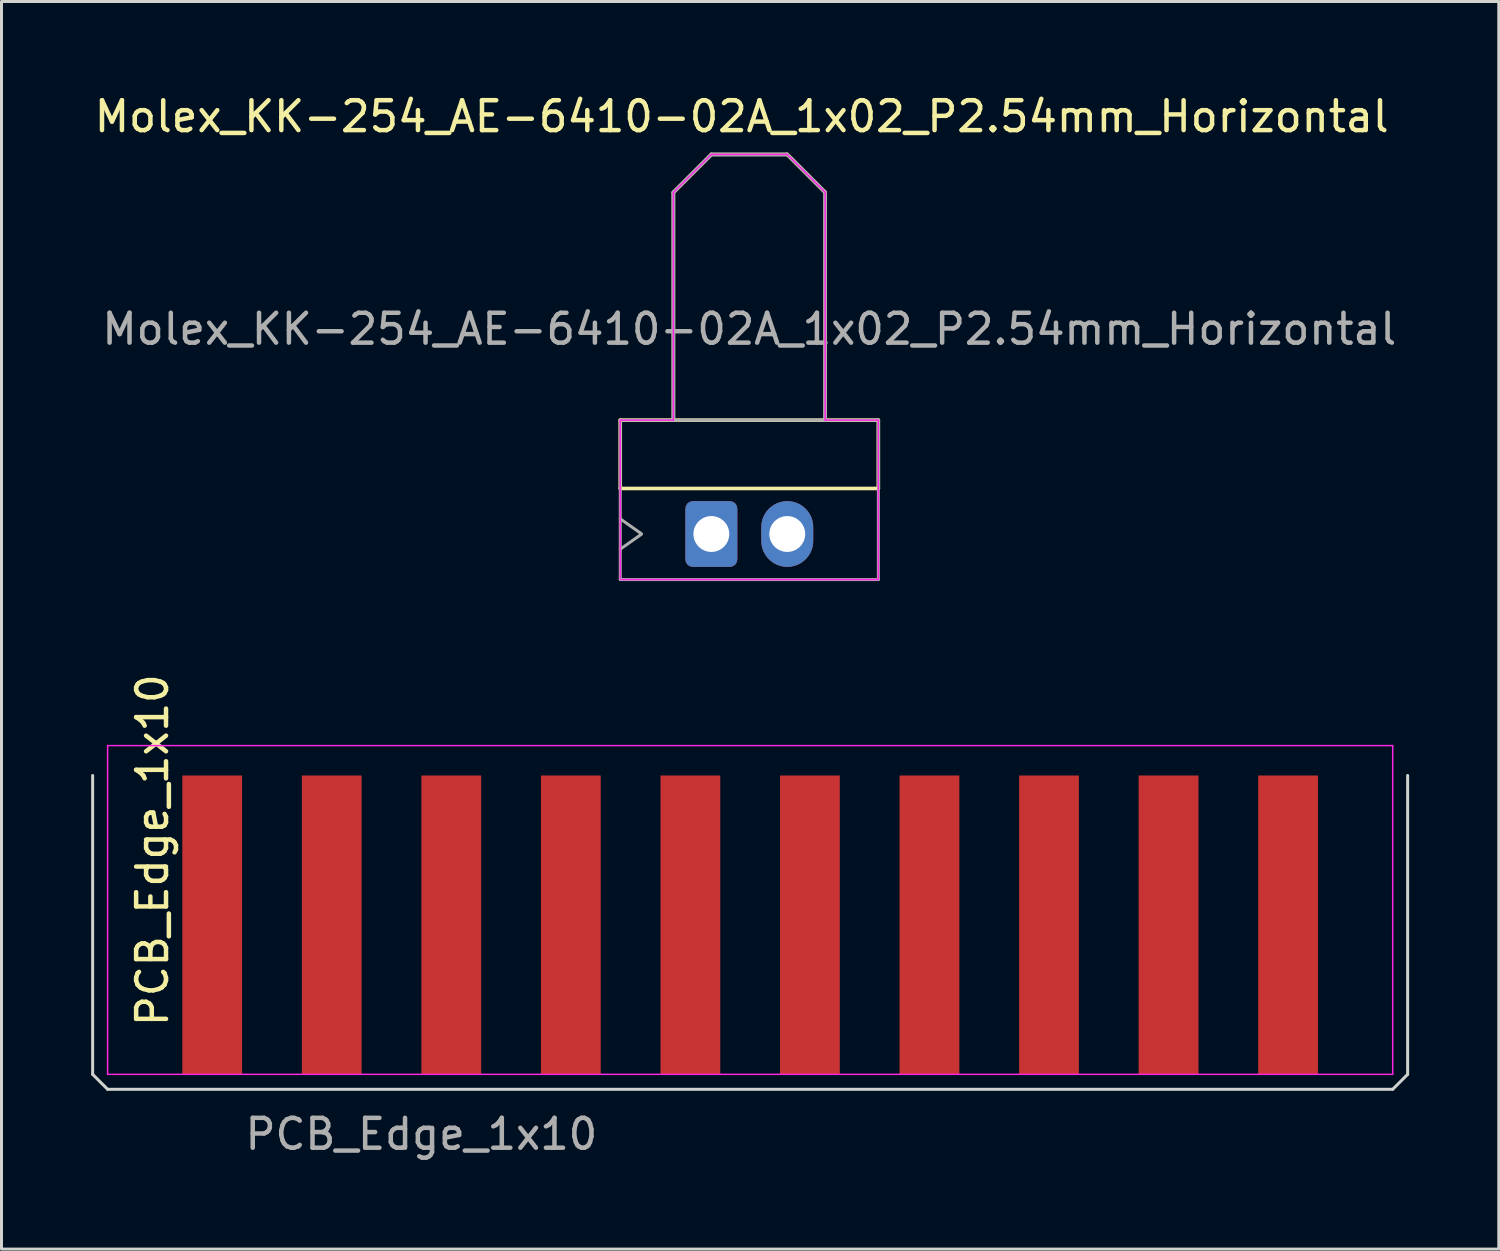
<source format=kicad_pcb>
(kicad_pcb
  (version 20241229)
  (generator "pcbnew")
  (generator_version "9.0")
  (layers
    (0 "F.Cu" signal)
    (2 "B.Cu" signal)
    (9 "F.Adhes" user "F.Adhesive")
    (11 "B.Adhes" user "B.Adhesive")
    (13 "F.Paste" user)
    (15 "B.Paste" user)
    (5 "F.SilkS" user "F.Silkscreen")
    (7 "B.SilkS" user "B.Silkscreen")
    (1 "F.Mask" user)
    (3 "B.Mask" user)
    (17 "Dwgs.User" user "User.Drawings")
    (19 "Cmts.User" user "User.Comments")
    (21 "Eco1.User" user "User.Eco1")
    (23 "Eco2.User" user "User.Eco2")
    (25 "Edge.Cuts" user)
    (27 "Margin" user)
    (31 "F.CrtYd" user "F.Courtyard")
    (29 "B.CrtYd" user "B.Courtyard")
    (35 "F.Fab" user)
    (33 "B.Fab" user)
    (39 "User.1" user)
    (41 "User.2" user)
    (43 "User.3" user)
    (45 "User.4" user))
  (footprint "Molex_KK-254_AE-6410-02A_1x02_P2.54mm_Horizontal"
    (layer "F.Cu")
    (at 20.752 14.818)
    (property "Reference" "Molex_KK-254_AE-6410-02A_1x02_P2.54mm_Horizontal" (at 1.016 -13.97 0) (layer "F.SilkS") (effects (font (size 1 1) (thickness 0.15))))
    (attr through_hole)
    (fp_line (start -3.048 -3.81) (end -3.048 -1.524) (stroke (width 0.12) (type solid)) (layer "F.SilkS"))
    (fp_line (start -3.048 -1.524) (end 5.588 -1.524) (stroke (width 0.12) (type solid)) (layer "F.SilkS"))
    (fp_line (start -1.27 -3.81) (end -1.27 -11.43) (stroke (width 0.12) (type solid)) (layer "F.SilkS"))
    (fp_line (start 0 -12.7) (end -1.27 -11.43) (stroke (width 0.12) (type solid)) (layer "F.SilkS"))
    (fp_line (start 0 -12.7) (end 2.54 -12.7) (stroke (width 0.12) (type solid)) (layer "F.SilkS"))
    (fp_line (start 2.54 -12.7) (end 3.81 -11.43) (stroke (width 0.12) (type solid)) (layer "F.SilkS"))
    (fp_line (start 3.81 -11.43) (end 3.81 -3.81) (stroke (width 0.12) (type solid)) (layer "F.SilkS"))
    (fp_line (start 5.588 -3.81) (end -3.048 -3.81) (stroke (width 0.12) (type solid)) (layer "F.SilkS"))
    (fp_line (start 5.588 -1.524) (end 5.588 -3.81) (stroke (width 0.12) (type solid)) (layer "F.SilkS"))
    (fp_line (start -3.048 -3.81) (end -3.048 1.466) (stroke (width 0.05) (type solid)) (layer "F.CrtYd"))
    (fp_line (start -3.048 1.524) (end 5.572 1.524) (stroke (width 0.05) (type solid)) (layer "F.CrtYd"))
    (fp_line (start -1.27 -11.43) (end 0 -12.7) (stroke (width 0.05) (type solid)) (layer "F.CrtYd"))
    (fp_line (start -1.27 -3.81) (end -3.048 -3.81) (stroke (width 0.05) (type solid)) (layer "F.CrtYd"))
    (fp_line (start -1.27 -3.81) (end -1.27 -11.43) (stroke (width 0.05) (type solid)) (layer "F.CrtYd"))
    (fp_line (start 0 -12.7) (end 2.54 -12.7) (stroke (width 0.05) (type solid)) (layer "F.CrtYd"))
    (fp_line (start 2.54 -12.7) (end 3.81 -11.43) (stroke (width 0.05) (type solid)) (layer "F.CrtYd"))
    (fp_line (start 3.81 -11.43) (end 3.81 -3.81) (stroke (width 0.05) (type solid)) (layer "F.CrtYd"))
    (fp_line (start 3.81 -3.81) (end 5.588 -3.81) (stroke (width 0.05) (type solid)) (layer "F.CrtYd"))
    (fp_line (start 5.588 1.524) (end 5.588 -3.81) (stroke (width 0.05) (type solid)) (layer "F.CrtYd"))
    (fp_line (start -3.048 -3.768) (end -3.048 1.524) (stroke (width 0.1) (type solid)) (layer "F.Fab"))
    (fp_line (start -3.048 -0.508) (end -2.341 -0.008) (stroke (width 0.1) (type solid)) (layer "F.Fab"))
    (fp_line (start -3.048 1.524) (end 5.588 1.524) (stroke (width 0.1) (type solid)) (layer "F.Fab"))
    (fp_line (start -2.341 0.008) (end -3.048 0.508) (stroke (width 0.1) (type solid)) (layer "F.Fab"))
    (fp_line (start -1.27 -11.43) (end 0 -12.7) (stroke (width 0.12) (type solid)) (layer "F.Fab"))
    (fp_line (start -1.27 -3.81) (end -1.27 -11.43) (stroke (width 0.12) (type solid)) (layer "F.Fab"))
    (fp_line (start 0 -12.7) (end 2.54 -12.7) (stroke (width 0.12) (type solid)) (layer "F.Fab"))
    (fp_line (start 2.54 -12.7) (end 3.81 -11.43) (stroke (width 0.12) (type solid)) (layer "F.Fab"))
    (fp_line (start 3.81 -11.43) (end 3.81 -3.81) (stroke (width 0.12) (type solid)) (layer "F.Fab"))
    (fp_line (start 5.588 -3.81) (end -3.048 -3.81) (stroke (width 0.1) (type solid)) (layer "F.Fab"))
    (fp_line (start 5.588 1.524) (end 5.588 -3.81) (stroke (width 0.1) (type solid)) (layer "F.Fab"))
    (fp_text user "${REFERENCE}" (at 1.27 -6.858 0) (layer "F.Fab") (effects (font (size 1 1) (thickness 0.15))))
    (pad "1" thru_hole roundrect (at 0 0) (size 1.74 2.2) (drill 1.2) (layers "*.Cu" "*.Mask") (roundrect_rratio 0.144))
    (pad "2" thru_hole oval (at 2.54 0) (size 1.74 2.2) (drill 1.2) (layers "*.Cu" "*.Mask")))
  (footprint "PCB_Edge_1x10"
    (layer "F.Cu")
    (at 4.05 32.898)
    (property "Reference" "PCB_Edge_1x10" (at -2 -7.5 90) (layer "F.SilkS") (effects (font (size 1 1) (thickness 0.15))))
    (attr exclude_from_pos_files exclude_from_bom)
    (fp_line (start -4 -10) (end -4 0) (stroke (width 0.1) (type solid)) (layer "Edge.Cuts"))
    (fp_line (start -4 0) (end -3.5 0.5) (stroke (width 0.1) (type solid)) (layer "Edge.Cuts"))
    (fp_line (start -3.5 0.5) (end 39.5 0.5) (stroke (width 0.1) (type solid)) (layer "Edge.Cuts"))
    (fp_line (start 40 -10) (end 40 0) (stroke (width 0.1) (type solid)) (layer "Edge.Cuts"))
    (fp_line (start 40 0) (end 39.5 0.5) (stroke (width 0.1) (type solid)) (layer "Edge.Cuts"))
    (fp_line (start -3.5 -11) (end -3.5 0) (stroke (width 0.05) (type solid)) (layer "F.CrtYd"))
    (fp_line (start -3.5 -11) (end 39.5 -11) (stroke (width 0.05) (type solid)) (layer "F.CrtYd"))
    (fp_line (start 39.5 0) (end -3.5 0) (stroke (width 0.05) (type solid)) (layer "F.CrtYd"))
    (fp_line (start 39.5 0) (end 39.5 -11) (stroke (width 0.05) (type solid)) (layer "F.CrtYd"))
    (fp_text user "${REFERENCE}" (at 7 2 180) (layer "F.Fab") (effects (font (size 1 1) (thickness 0.15))))
    (pad "1" connect rect (at 0 -5) (size 2 10) (layers "F.Cu" "F.Mask"))
    (pad "2" connect rect (at 4 -5) (size 2 10) (layers "F.Cu" "F.Mask"))
    (pad "3" connect rect (at 8 -5) (size 2 10) (layers "F.Cu" "F.Mask"))
    (pad "4" connect rect (at 12 -5) (size 2 10) (layers "F.Cu" "F.Mask"))
    (pad "5" connect rect (at 16 -5) (size 2 10) (layers "F.Cu" "F.Mask"))
    (pad "6" connect rect (at 20 -5) (size 2 10) (layers "F.Cu" "F.Mask"))
    (pad "7" connect rect (at 24 -5) (size 2 10) (layers "F.Cu" "F.Mask"))
    (pad "8" connect rect (at 28 -5) (size 2 10) (layers "F.Cu" "F.Mask"))
    (pad "9" connect rect (at 32 -5) (size 2 10) (layers "F.Cu" "F.Mask"))
    (pad "10" connect rect (at 36 -5) (size 2 10) (layers "F.Cu" "F.Mask")))
  (gr_rect
    (start -3 -3)
    (end 47.1 38.746)
    (stroke (width 0.1) (type default))
    (fill no)
    (layer "Edge.Cuts")))
</source>
